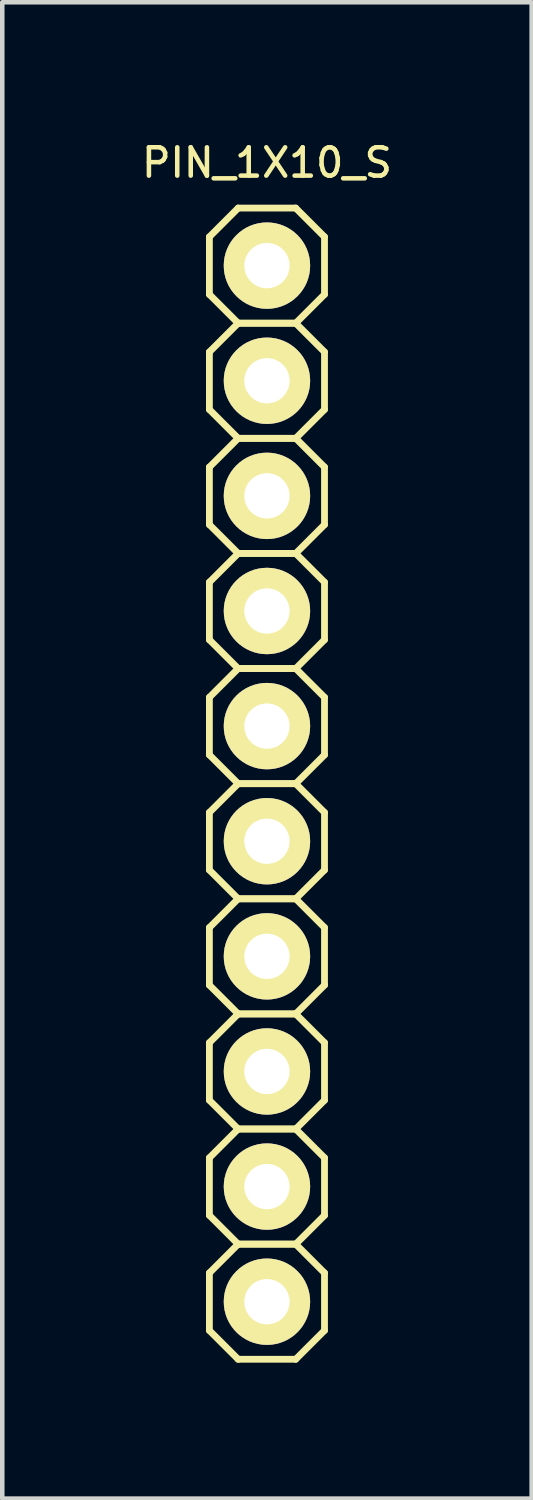
<source format=kicad_pcb>
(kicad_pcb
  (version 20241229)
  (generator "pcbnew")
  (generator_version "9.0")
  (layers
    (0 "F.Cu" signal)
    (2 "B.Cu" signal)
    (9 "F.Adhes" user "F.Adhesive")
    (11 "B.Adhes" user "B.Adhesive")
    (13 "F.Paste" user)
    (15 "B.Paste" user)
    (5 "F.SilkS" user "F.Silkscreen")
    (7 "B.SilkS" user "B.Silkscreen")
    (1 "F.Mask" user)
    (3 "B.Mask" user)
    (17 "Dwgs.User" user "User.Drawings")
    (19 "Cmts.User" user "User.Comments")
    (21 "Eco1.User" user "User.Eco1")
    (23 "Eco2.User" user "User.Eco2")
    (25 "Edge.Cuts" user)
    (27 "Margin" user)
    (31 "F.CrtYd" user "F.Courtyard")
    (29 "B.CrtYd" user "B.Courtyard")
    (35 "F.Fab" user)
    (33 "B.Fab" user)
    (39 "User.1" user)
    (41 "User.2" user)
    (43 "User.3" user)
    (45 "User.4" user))
  (footprint "PIN_1X10_S"
    (layer "F.Cu")
    (at 2.84 14.241)
    (property "Reference" "PIN_1X10_S" (at 0 -13.7 0) (layer "F.SilkS") (effects (font (size 0.625 0.625) (thickness 0.1))))
    (attr through_hole)
    (fp_line (start -1.27 -12.065) (end -1.27 -10.795) (stroke (width 0.15) (type solid)) (layer "F.SilkS"))
    (fp_line (start -1.27 -10.795) (end -0.635 -10.16) (stroke (width 0.15) (type solid)) (layer "F.SilkS"))
    (fp_line (start -1.27 -9.525) (end -1.27 -8.255) (stroke (width 0.15) (type solid)) (layer "F.SilkS"))
    (fp_line (start -1.27 -8.255) (end -0.635 -7.62) (stroke (width 0.15) (type solid)) (layer "F.SilkS"))
    (fp_line (start -1.27 -6.985) (end -1.27 -5.715) (stroke (width 0.15) (type solid)) (layer "F.SilkS"))
    (fp_line (start -1.27 -5.715) (end -0.635 -5.08) (stroke (width 0.15) (type solid)) (layer "F.SilkS"))
    (fp_line (start -1.27 -4.445) (end -1.27 -3.175) (stroke (width 0.15) (type solid)) (layer "F.SilkS"))
    (fp_line (start -1.27 -3.175) (end -0.635 -2.54) (stroke (width 0.15) (type solid)) (layer "F.SilkS"))
    (fp_line (start -1.27 -1.905) (end -1.27 -0.635) (stroke (width 0.15) (type solid)) (layer "F.SilkS"))
    (fp_line (start -1.27 -0.635) (end -0.635 0) (stroke (width 0.15) (type solid)) (layer "F.SilkS"))
    (fp_line (start -1.27 0.635) (end -1.27 1.905) (stroke (width 0.15) (type solid)) (layer "F.SilkS"))
    (fp_line (start -1.27 1.905) (end -0.635 2.54) (stroke (width 0.15) (type solid)) (layer "F.SilkS"))
    (fp_line (start -1.27 3.175) (end -1.27 4.445) (stroke (width 0.15) (type solid)) (layer "F.SilkS"))
    (fp_line (start -1.27 4.445) (end -0.635 5.08) (stroke (width 0.15) (type solid)) (layer "F.SilkS"))
    (fp_line (start -1.27 5.715) (end -1.27 6.985) (stroke (width 0.15) (type solid)) (layer "F.SilkS"))
    (fp_line (start -1.27 6.985) (end -0.635 7.62) (stroke (width 0.15) (type solid)) (layer "F.SilkS"))
    (fp_line (start -1.27 8.255) (end -1.27 9.525) (stroke (width 0.15) (type solid)) (layer "F.SilkS"))
    (fp_line (start -1.27 9.525) (end -0.635 10.16) (stroke (width 0.15) (type solid)) (layer "F.SilkS"))
    (fp_line (start -1.27 10.795) (end -1.27 12.065) (stroke (width 0.15) (type solid)) (layer "F.SilkS"))
    (fp_line (start -1.27 12.065) (end -0.635 12.7) (stroke (width 0.15) (type solid)) (layer "F.SilkS"))
    (fp_line (start -0.635 -12.7) (end -1.27 -12.065) (stroke (width 0.15) (type solid)) (layer "F.SilkS"))
    (fp_line (start -0.635 -10.16) (end -1.27 -9.525) (stroke (width 0.15) (type solid)) (layer "F.SilkS"))
    (fp_line (start -0.635 -10.16) (end 0.635 -10.16) (stroke (width 0.15) (type solid)) (layer "F.SilkS"))
    (fp_line (start -0.635 -7.62) (end -1.27 -6.985) (stroke (width 0.15) (type solid)) (layer "F.SilkS"))
    (fp_line (start -0.635 -7.62) (end 0.635 -7.62) (stroke (width 0.15) (type solid)) (layer "F.SilkS"))
    (fp_line (start -0.635 -5.08) (end -1.27 -4.445) (stroke (width 0.15) (type solid)) (layer "F.SilkS"))
    (fp_line (start -0.635 -5.08) (end 0.635 -5.08) (stroke (width 0.15) (type solid)) (layer "F.SilkS"))
    (fp_line (start -0.635 -2.54) (end -1.27 -1.905) (stroke (width 0.15) (type solid)) (layer "F.SilkS"))
    (fp_line (start -0.635 -2.54) (end 0.635 -2.54) (stroke (width 0.15) (type solid)) (layer "F.SilkS"))
    (fp_line (start -0.635 0) (end -1.27 0.635) (stroke (width 0.15) (type solid)) (layer "F.SilkS"))
    (fp_line (start -0.635 0) (end 0.635 0) (stroke (width 0.15) (type solid)) (layer "F.SilkS"))
    (fp_line (start -0.635 2.54) (end -1.27 3.175) (stroke (width 0.15) (type solid)) (layer "F.SilkS"))
    (fp_line (start -0.635 2.54) (end 0.635 2.54) (stroke (width 0.15) (type solid)) (layer "F.SilkS"))
    (fp_line (start -0.635 5.08) (end -1.27 5.715) (stroke (width 0.15) (type solid)) (layer "F.SilkS"))
    (fp_line (start -0.635 5.08) (end 0.635 5.08) (stroke (width 0.15) (type solid)) (layer "F.SilkS"))
    (fp_line (start -0.635 7.62) (end -1.27 8.255) (stroke (width 0.15) (type solid)) (layer "F.SilkS"))
    (fp_line (start -0.635 7.62) (end 0.635 7.62) (stroke (width 0.15) (type solid)) (layer "F.SilkS"))
    (fp_line (start -0.635 10.16) (end -1.27 10.795) (stroke (width 0.15) (type solid)) (layer "F.SilkS"))
    (fp_line (start -0.635 10.16) (end 0.635 10.16) (stroke (width 0.15) (type solid)) (layer "F.SilkS"))
    (fp_line (start -0.635 12.7) (end 0.635 12.7) (stroke (width 0.15) (type solid)) (layer "F.SilkS"))
    (fp_line (start 0.635 -12.7) (end -0.635 -12.7) (stroke (width 0.15) (type solid)) (layer "F.SilkS"))
    (fp_line (start 0.635 -10.16) (end -0.635 -10.16) (stroke (width 0.15) (type solid)) (layer "F.SilkS"))
    (fp_line (start 0.635 -10.16) (end 1.27 -10.795) (stroke (width 0.15) (type solid)) (layer "F.SilkS"))
    (fp_line (start 0.635 -7.62) (end -0.635 -7.62) (stroke (width 0.15) (type solid)) (layer "F.SilkS"))
    (fp_line (start 0.635 -7.62) (end 1.27 -8.255) (stroke (width 0.15) (type solid)) (layer "F.SilkS"))
    (fp_line (start 0.635 -5.08) (end -0.635 -5.08) (stroke (width 0.15) (type solid)) (layer "F.SilkS"))
    (fp_line (start 0.635 -5.08) (end 1.27 -5.715) (stroke (width 0.15) (type solid)) (layer "F.SilkS"))
    (fp_line (start 0.635 -2.54) (end -0.635 -2.54) (stroke (width 0.15) (type solid)) (layer "F.SilkS"))
    (fp_line (start 0.635 -2.54) (end 1.27 -3.175) (stroke (width 0.15) (type solid)) (layer "F.SilkS"))
    (fp_line (start 0.635 0) (end -0.635 0) (stroke (width 0.15) (type solid)) (layer "F.SilkS"))
    (fp_line (start 0.635 0) (end 1.27 -0.635) (stroke (width 0.15) (type solid)) (layer "F.SilkS"))
    (fp_line (start 0.635 2.54) (end -0.635 2.54) (stroke (width 0.15) (type solid)) (layer "F.SilkS"))
    (fp_line (start 0.635 2.54) (end 1.27 1.905) (stroke (width 0.15) (type solid)) (layer "F.SilkS"))
    (fp_line (start 0.635 5.08) (end -0.635 5.08) (stroke (width 0.15) (type solid)) (layer "F.SilkS"))
    (fp_line (start 0.635 5.08) (end 1.27 4.445) (stroke (width 0.15) (type solid)) (layer "F.SilkS"))
    (fp_line (start 0.635 7.62) (end -0.635 7.62) (stroke (width 0.15) (type solid)) (layer "F.SilkS"))
    (fp_line (start 0.635 7.62) (end 1.27 6.985) (stroke (width 0.15) (type solid)) (layer "F.SilkS"))
    (fp_line (start 0.635 10.16) (end -0.635 10.16) (stroke (width 0.15) (type solid)) (layer "F.SilkS"))
    (fp_line (start 0.635 10.16) (end 1.27 9.525) (stroke (width 0.15) (type solid)) (layer "F.SilkS"))
    (fp_line (start 0.635 12.7) (end 1.27 12.065) (stroke (width 0.15) (type solid)) (layer "F.SilkS"))
    (fp_line (start 1.27 -12.065) (end 0.635 -12.7) (stroke (width 0.15) (type solid)) (layer "F.SilkS"))
    (fp_line (start 1.27 -10.795) (end 1.27 -12.065) (stroke (width 0.15) (type solid)) (layer "F.SilkS"))
    (fp_line (start 1.27 -9.525) (end 0.635 -10.16) (stroke (width 0.15) (type solid)) (layer "F.SilkS"))
    (fp_line (start 1.27 -8.255) (end 1.27 -9.525) (stroke (width 0.15) (type solid)) (layer "F.SilkS"))
    (fp_line (start 1.27 -6.985) (end 0.635 -7.62) (stroke (width 0.15) (type solid)) (layer "F.SilkS"))
    (fp_line (start 1.27 -5.715) (end 1.27 -6.985) (stroke (width 0.15) (type solid)) (layer "F.SilkS"))
    (fp_line (start 1.27 -4.445) (end 0.635 -5.08) (stroke (width 0.15) (type solid)) (layer "F.SilkS"))
    (fp_line (start 1.27 -3.175) (end 1.27 -4.445) (stroke (width 0.15) (type solid)) (layer "F.SilkS"))
    (fp_line (start 1.27 -1.905) (end 0.635 -2.54) (stroke (width 0.15) (type solid)) (layer "F.SilkS"))
    (fp_line (start 1.27 -0.635) (end 1.27 -1.905) (stroke (width 0.15) (type solid)) (layer "F.SilkS"))
    (fp_line (start 1.27 0.635) (end 0.635 0) (stroke (width 0.15) (type solid)) (layer "F.SilkS"))
    (fp_line (start 1.27 1.905) (end 1.27 0.635) (stroke (width 0.15) (type solid)) (layer "F.SilkS"))
    (fp_line (start 1.27 3.175) (end 0.635 2.54) (stroke (width 0.15) (type solid)) (layer "F.SilkS"))
    (fp_line (start 1.27 4.445) (end 1.27 3.175) (stroke (width 0.15) (type solid)) (layer "F.SilkS"))
    (fp_line (start 1.27 5.715) (end 0.635 5.08) (stroke (width 0.15) (type solid)) (layer "F.SilkS"))
    (fp_line (start 1.27 6.985) (end 1.27 5.715) (stroke (width 0.15) (type solid)) (layer "F.SilkS"))
    (fp_line (start 1.27 8.255) (end 0.635 7.62) (stroke (width 0.15) (type solid)) (layer "F.SilkS"))
    (fp_line (start 1.27 9.525) (end 1.27 8.255) (stroke (width 0.15) (type solid)) (layer "F.SilkS"))
    (fp_line (start 1.27 10.795) (end 0.635 10.16) (stroke (width 0.15) (type solid)) (layer "F.SilkS"))
    (fp_line (start 1.27 12.065) (end 1.27 10.795) (stroke (width 0.15) (type solid)) (layer "F.SilkS"))
    (pad "1" thru_hole circle (at 0 -11.43) (size 1.906 1.906) (drill 1) (layers "*.Cu" "*.Mask" "F.SilkS"))
    (pad "2" thru_hole circle (at 0 -8.89) (size 1.906 1.906) (drill 1) (layers "*.Cu" "*.Mask" "F.SilkS"))
    (pad "3" thru_hole circle (at 0 -6.35) (size 1.906 1.906) (drill 1) (layers "*.Cu" "*.Mask" "F.SilkS"))
    (pad "4" thru_hole circle (at 0 -3.81) (size 1.906 1.906) (drill 1) (layers "*.Cu" "*.Mask" "F.SilkS"))
    (pad "5" thru_hole circle (at 0 -1.27) (size 1.906 1.906) (drill 1) (layers "*.Cu" "*.Mask" "F.SilkS"))
    (pad "6" thru_hole circle (at 0 1.27) (size 1.906 1.906) (drill 1) (layers "*.Cu" "*.Mask" "F.SilkS"))
    (pad "7" thru_hole circle (at 0 3.81) (size 1.906 1.906) (drill 1) (layers "*.Cu" "*.Mask" "F.SilkS"))
    (pad "8" thru_hole circle (at 0 6.35) (size 1.906 1.906) (drill 1) (layers "*.Cu" "*.Mask" "F.SilkS"))
    (pad "9" thru_hole circle (at 0 8.89) (size 1.906 1.906) (drill 1) (layers "*.Cu" "*.Mask" "F.SilkS"))
    (pad "10" thru_hole circle (at 0 11.43) (size 1.906 1.906) (drill 1) (layers "*.Cu" "*.Mask" "F.SilkS")))
  (gr_rect
    (start -3 -3)
    (end 8.681 30.016)
    (stroke (width 0.1) (type default))
    (fill no)
    (layer "Edge.Cuts")))
</source>
